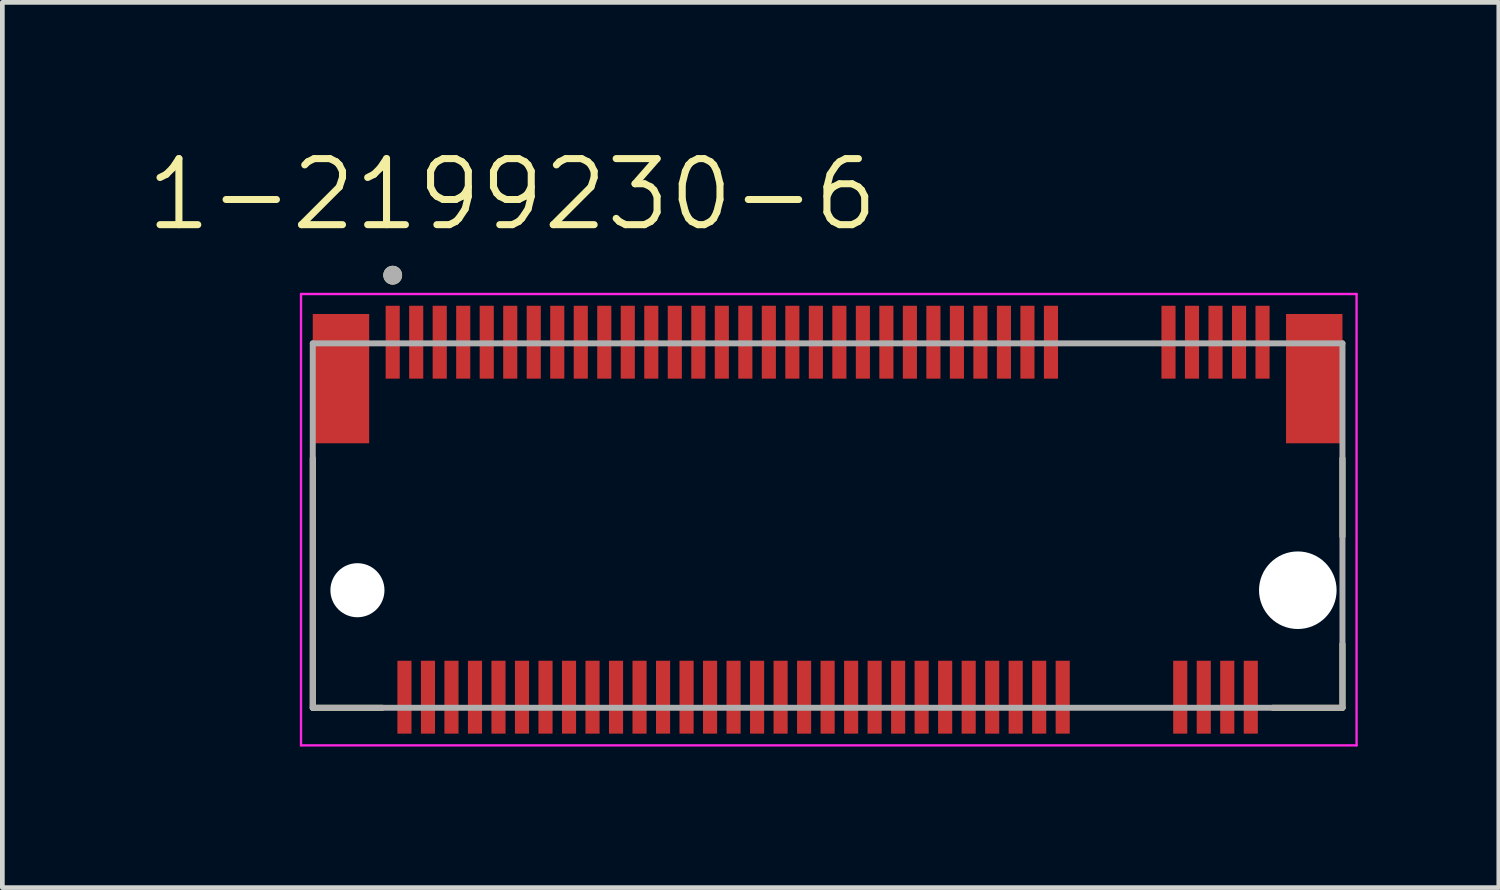
<source format=kicad_pcb>
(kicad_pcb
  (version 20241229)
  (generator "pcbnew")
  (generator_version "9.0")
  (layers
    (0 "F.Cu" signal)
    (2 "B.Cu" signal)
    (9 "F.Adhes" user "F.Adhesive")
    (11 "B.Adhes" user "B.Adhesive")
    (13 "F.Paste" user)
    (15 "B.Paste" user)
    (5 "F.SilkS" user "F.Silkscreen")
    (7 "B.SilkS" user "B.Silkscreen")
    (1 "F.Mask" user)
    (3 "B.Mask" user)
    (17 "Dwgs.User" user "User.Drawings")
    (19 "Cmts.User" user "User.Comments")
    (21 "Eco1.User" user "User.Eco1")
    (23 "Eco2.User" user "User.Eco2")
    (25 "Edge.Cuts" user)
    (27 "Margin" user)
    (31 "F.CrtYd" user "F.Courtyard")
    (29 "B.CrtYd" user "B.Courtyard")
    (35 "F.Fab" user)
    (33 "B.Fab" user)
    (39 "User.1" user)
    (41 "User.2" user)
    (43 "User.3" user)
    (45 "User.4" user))
  (footprint "1-2199230-6"
    (layer "F.Cu")
    (at 14.552 9.503)
    (property "Reference" "1-2199230-6" (at -6.705 -8.417 0) (layer "F.SilkS") (effects (font (size 1.405 1.405) (thickness 0.15))))
    (attr smd)
    (fp_line (start -10.95 2.5) (end -10.95 -2.805) (stroke (width 0.127) (type solid)) (layer "F.SilkS"))
    (fp_line (start -9.47 2.5) (end -10.95 2.5) (stroke (width 0.127) (type solid)) (layer "F.SilkS"))
    (fp_line (start 10.95 -2.805) (end 10.95 -1.145) (stroke (width 0.127) (type solid)) (layer "F.SilkS"))
    (fp_line (start 10.95 2.5) (end 9.47 2.5) (stroke (width 0.127) (type solid)) (layer "F.SilkS"))
    (fp_line (start 10.95 2.5) (end 10.95 1.145) (stroke (width 0.127) (type solid)) (layer "F.SilkS"))
    (fp_circle (center -9.25 -6.7) (end -9.15 -6.7) (stroke (width 0.2) (type solid)) (fill no) (layer "F.SilkS"))
    (fp_line (start -11.2 -6.3) (end -11.2 3.3) (stroke (width 0.05) (type solid)) (layer "F.CrtYd"))
    (fp_line (start -11.2 3.3) (end 11.25 3.3) (stroke (width 0.05) (type solid)) (layer "F.CrtYd"))
    (fp_line (start 11.25 -6.3) (end -11.2 -6.3) (stroke (width 0.05) (type solid)) (layer "F.CrtYd"))
    (fp_line (start 11.25 3.3) (end 11.25 -6.3) (stroke (width 0.05) (type solid)) (layer "F.CrtYd"))
    (fp_line (start -10.95 -5.25) (end 10.95 -5.25) (stroke (width 0.127) (type solid)) (layer "F.Fab"))
    (fp_line (start -10.95 2.5) (end -10.95 -5.25) (stroke (width 0.127) (type solid)) (layer "F.Fab"))
    (fp_line (start 10.95 -5.25) (end 10.95 2.5) (stroke (width 0.127) (type solid)) (layer "F.Fab"))
    (fp_line (start 10.95 2.5) (end -10.95 2.5) (stroke (width 0.127) (type solid)) (layer "F.Fab"))
    (fp_circle (center -9.25 -6.7) (end -9.15 -6.7) (stroke (width 0.2) (type solid)) (fill no) (layer "F.Fab"))
    (pad "" np_thru_hole circle (at -10 0) (size 1.15 1.15) (drill 1.15) (layers "*.Cu" "*.Mask"))
    (pad "" np_thru_hole circle (at 10 0) (size 1.65 1.65) (drill 1.65) (layers "*.Cu" "*.Mask"))
    (pad "1" smd rect (at -9.25 -5.275) (size 0.3 1.55) (layers "F.Cu" "F.Mask" "F.Paste"))
    (pad "2" smd rect (at -9 2.275) (size 0.3 1.55) (layers "F.Cu" "F.Mask" "F.Paste"))
    (pad "3" smd rect (at -8.75 -5.275) (size 0.3 1.55) (layers "F.Cu" "F.Mask" "F.Paste"))
    (pad "4" smd rect (at -8.5 2.275) (size 0.3 1.55) (layers "F.Cu" "F.Mask" "F.Paste"))
    (pad "5" smd rect (at -8.25 -5.275) (size 0.3 1.55) (layers "F.Cu" "F.Mask" "F.Paste"))
    (pad "6" smd rect (at -8 2.275) (size 0.3 1.55) (layers "F.Cu" "F.Mask" "F.Paste"))
    (pad "7" smd rect (at -7.75 -5.275) (size 0.3 1.55) (layers "F.Cu" "F.Mask" "F.Paste"))
    (pad "8" smd rect (at -7.5 2.275) (size 0.3 1.55) (layers "F.Cu" "F.Mask" "F.Paste"))
    (pad "9" smd rect (at -7.25 -5.275) (size 0.3 1.55) (layers "F.Cu" "F.Mask" "F.Paste"))
    (pad "10" smd rect (at -7 2.275) (size 0.3 1.55) (layers "F.Cu" "F.Mask" "F.Paste"))
    (pad "11" smd rect (at -6.75 -5.275) (size 0.3 1.55) (layers "F.Cu" "F.Mask" "F.Paste"))
    (pad "12" smd rect (at -6.5 2.275) (size 0.3 1.55) (layers "F.Cu" "F.Mask" "F.Paste"))
    (pad "13" smd rect (at -6.25 -5.275) (size 0.3 1.55) (layers "F.Cu" "F.Mask" "F.Paste"))
    (pad "14" smd rect (at -6 2.275) (size 0.3 1.55) (layers "F.Cu" "F.Mask" "F.Paste"))
    (pad "15" smd rect (at -5.75 -5.275) (size 0.3 1.55) (layers "F.Cu" "F.Mask" "F.Paste"))
    (pad "16" smd rect (at -5.5 2.275) (size 0.3 1.55) (layers "F.Cu" "F.Mask" "F.Paste"))
    (pad "17" smd rect (at -5.25 -5.275) (size 0.3 1.55) (layers "F.Cu" "F.Mask" "F.Paste"))
    (pad "18" smd rect (at -5 2.275) (size 0.3 1.55) (layers "F.Cu" "F.Mask" "F.Paste"))
    (pad "19" smd rect (at -4.75 -5.275) (size 0.3 1.55) (layers "F.Cu" "F.Mask" "F.Paste"))
    (pad "20" smd rect (at -4.5 2.275) (size 0.3 1.55) (layers "F.Cu" "F.Mask" "F.Paste"))
    (pad "21" smd rect (at -4.25 -5.275) (size 0.3 1.55) (layers "F.Cu" "F.Mask" "F.Paste"))
    (pad "22" smd rect (at -4 2.275) (size 0.3 1.55) (layers "F.Cu" "F.Mask" "F.Paste"))
    (pad "23" smd rect (at -3.75 -5.275) (size 0.3 1.55) (layers "F.Cu" "F.Mask" "F.Paste"))
    (pad "24" smd rect (at -3.5 2.275) (size 0.3 1.55) (layers "F.Cu" "F.Mask" "F.Paste"))
    (pad "25" smd rect (at -3.25 -5.275) (size 0.3 1.55) (layers "F.Cu" "F.Mask" "F.Paste"))
    (pad "26" smd rect (at -3 2.275) (size 0.3 1.55) (layers "F.Cu" "F.Mask" "F.Paste"))
    (pad "27" smd rect (at -2.75 -5.275) (size 0.3 1.55) (layers "F.Cu" "F.Mask" "F.Paste"))
    (pad "28" smd rect (at -2.5 2.275) (size 0.3 1.55) (layers "F.Cu" "F.Mask" "F.Paste"))
    (pad "29" smd rect (at -2.25 -5.275) (size 0.3 1.55) (layers "F.Cu" "F.Mask" "F.Paste"))
    (pad "30" smd rect (at -2 2.275) (size 0.3 1.55) (layers "F.Cu" "F.Mask" "F.Paste"))
    (pad "31" smd rect (at -1.75 -5.275) (size 0.3 1.55) (layers "F.Cu" "F.Mask" "F.Paste"))
    (pad "32" smd rect (at -1.5 2.275) (size 0.3 1.55) (layers "F.Cu" "F.Mask" "F.Paste"))
    (pad "33" smd rect (at -1.25 -5.275) (size 0.3 1.55) (layers "F.Cu" "F.Mask" "F.Paste"))
    (pad "34" smd rect (at -1 2.275) (size 0.3 1.55) (layers "F.Cu" "F.Mask" "F.Paste"))
    (pad "35" smd rect (at -0.75 -5.275) (size 0.3 1.55) (layers "F.Cu" "F.Mask" "F.Paste"))
    (pad "36" smd rect (at -0.5 2.275) (size 0.3 1.55) (layers "F.Cu" "F.Mask" "F.Paste"))
    (pad "37" smd rect (at -0.25 -5.275) (size 0.3 1.55) (layers "F.Cu" "F.Mask" "F.Paste"))
    (pad "38" smd rect (at 0 2.275) (size 0.3 1.55) (layers "F.Cu" "F.Mask" "F.Paste"))
    (pad "39" smd rect (at 0.25 -5.275) (size 0.3 1.55) (layers "F.Cu" "F.Mask" "F.Paste"))
    (pad "40" smd rect (at 0.5 2.275) (size 0.3 1.55) (layers "F.Cu" "F.Mask" "F.Paste"))
    (pad "41" smd rect (at 0.75 -5.275) (size 0.3 1.55) (layers "F.Cu" "F.Mask" "F.Paste"))
    (pad "42" smd rect (at 1 2.275) (size 0.3 1.55) (layers "F.Cu" "F.Mask" "F.Paste"))
    (pad "43" smd rect (at 1.25 -5.275) (size 0.3 1.55) (layers "F.Cu" "F.Mask" "F.Paste"))
    (pad "44" smd rect (at 1.5 2.275) (size 0.3 1.55) (layers "F.Cu" "F.Mask" "F.Paste"))
    (pad "45" smd rect (at 1.75 -5.275) (size 0.3 1.55) (layers "F.Cu" "F.Mask" "F.Paste"))
    (pad "46" smd rect (at 2 2.275) (size 0.3 1.55) (layers "F.Cu" "F.Mask" "F.Paste"))
    (pad "47" smd rect (at 2.25 -5.275) (size 0.3 1.55) (layers "F.Cu" "F.Mask" "F.Paste"))
    (pad "48" smd rect (at 2.5 2.275) (size 0.3 1.55) (layers "F.Cu" "F.Mask" "F.Paste"))
    (pad "49" smd rect (at 2.75 -5.275) (size 0.3 1.55) (layers "F.Cu" "F.Mask" "F.Paste"))
    (pad "50" smd rect (at 3 2.275) (size 0.3 1.55) (layers "F.Cu" "F.Mask" "F.Paste"))
    (pad "51" smd rect (at 3.25 -5.275) (size 0.3 1.55) (layers "F.Cu" "F.Mask" "F.Paste"))
    (pad "52" smd rect (at 3.5 2.275) (size 0.3 1.55) (layers "F.Cu" "F.Mask" "F.Paste"))
    (pad "53" smd rect (at 3.75 -5.275) (size 0.3 1.55) (layers "F.Cu" "F.Mask" "F.Paste"))
    (pad "54" smd rect (at 4 2.275) (size 0.3 1.55) (layers "F.Cu" "F.Mask" "F.Paste"))
    (pad "55" smd rect (at 4.25 -5.275) (size 0.3 1.55) (layers "F.Cu" "F.Mask" "F.Paste"))
    (pad "56" smd rect (at 4.5 2.275) (size 0.3 1.55) (layers "F.Cu" "F.Mask" "F.Paste"))
    (pad "57" smd rect (at 4.75 -5.275) (size 0.3 1.55) (layers "F.Cu" "F.Mask" "F.Paste"))
    (pad "58" smd rect (at 5 2.275) (size 0.3 1.55) (layers "F.Cu" "F.Mask" "F.Paste"))
    (pad "67" smd rect (at 7.25 -5.275) (size 0.3 1.55) (layers "F.Cu" "F.Mask" "F.Paste"))
    (pad "68" smd rect (at 7.5 2.275) (size 0.3 1.55) (layers "F.Cu" "F.Mask" "F.Paste"))
    (pad "69" smd rect (at 7.75 -5.275) (size 0.3 1.55) (layers "F.Cu" "F.Mask" "F.Paste"))
    (pad "70" smd rect (at 8 2.275) (size 0.3 1.55) (layers "F.Cu" "F.Mask" "F.Paste"))
    (pad "71" smd rect (at 8.25 -5.275) (size 0.3 1.55) (layers "F.Cu" "F.Mask" "F.Paste"))
    (pad "72" smd rect (at 8.5 2.275) (size 0.3 1.55) (layers "F.Cu" "F.Mask" "F.Paste"))
    (pad "73" smd rect (at 8.75 -5.275) (size 0.3 1.55) (layers "F.Cu" "F.Mask" "F.Paste"))
    (pad "74" smd rect (at 9 2.275) (size 0.3 1.55) (layers "F.Cu" "F.Mask" "F.Paste"))
    (pad "75" smd rect (at 9.25 -5.275) (size 0.3 1.55) (layers "F.Cu" "F.Mask" "F.Paste"))
    (pad "S1" smd rect (at -10.35 -4.5) (size 1.2 2.75) (layers "F.Cu" "F.Mask" "F.Paste"))
    (pad "S2" smd rect (at 10.35 -4.5) (size 1.2 2.75) (layers "F.Cu" "F.Mask" "F.Paste")))
  (gr_rect
    (start -3 -3)
    (end 28.827 15.828)
    (stroke (width 0.1) (type default))
    (fill no)
    (layer "Edge.Cuts")))
</source>
